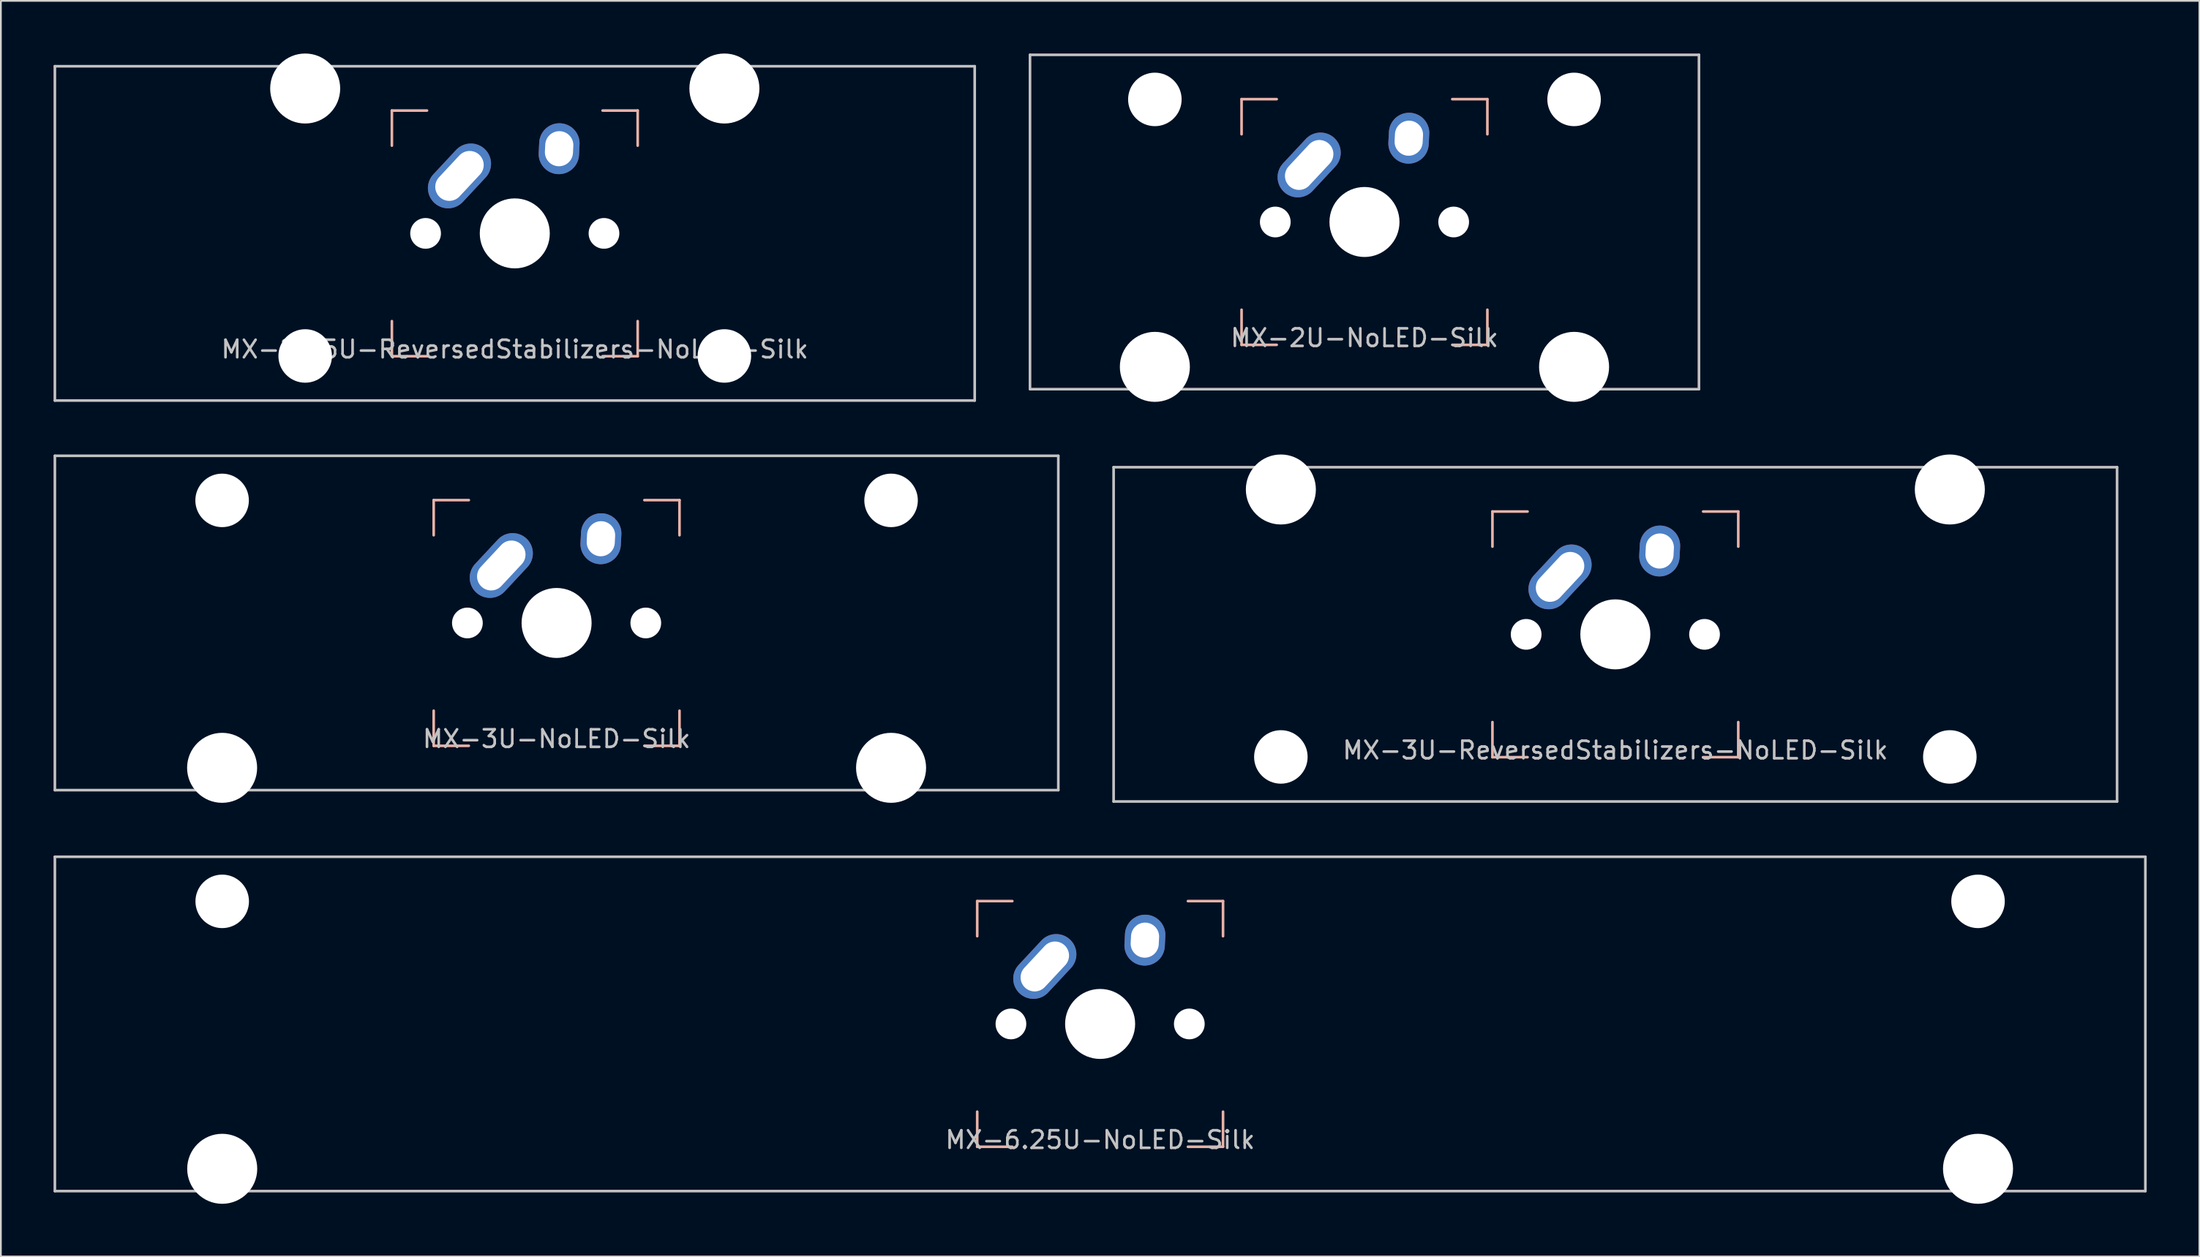
<source format=kicad_pcb>
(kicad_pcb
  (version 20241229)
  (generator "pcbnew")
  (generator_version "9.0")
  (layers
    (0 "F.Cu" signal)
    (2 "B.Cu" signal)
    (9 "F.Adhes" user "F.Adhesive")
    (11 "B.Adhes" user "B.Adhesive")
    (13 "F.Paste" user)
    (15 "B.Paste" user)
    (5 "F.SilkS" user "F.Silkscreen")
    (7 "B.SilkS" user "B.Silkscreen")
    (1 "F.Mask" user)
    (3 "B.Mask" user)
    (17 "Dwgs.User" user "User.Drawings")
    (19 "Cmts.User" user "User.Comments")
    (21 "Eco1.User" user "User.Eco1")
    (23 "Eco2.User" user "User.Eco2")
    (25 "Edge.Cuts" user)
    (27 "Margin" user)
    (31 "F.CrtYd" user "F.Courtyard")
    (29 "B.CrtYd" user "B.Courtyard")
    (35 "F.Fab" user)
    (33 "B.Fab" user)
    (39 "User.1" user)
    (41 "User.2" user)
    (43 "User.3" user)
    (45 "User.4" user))
  (footprint "MX-6.25U-NoLED-Silk"
    (layer "F.Cu")
    (at 59.606 55.298)
    (property "Reference" "MX-6.25U-NoLED-Silk" (at 0 6.604 0) (layer "Dwgs.User") (effects (font (size 1 1) (thickness 0.15))))
    (fp_line (start -7 -7) (end -7 -5) (stroke (width 0.15) (type solid)) (layer "B.SilkS"))
    (fp_line (start -7 5) (end -7 7) (stroke (width 0.15) (type solid)) (layer "B.SilkS"))
    (fp_line (start -7 7) (end -5 7) (stroke (width 0.15) (type solid)) (layer "B.SilkS"))
    (fp_line (start -5 -7) (end -7 -7) (stroke (width 0.15) (type solid)) (layer "B.SilkS"))
    (fp_line (start 5 -7) (end 7 -7) (stroke (width 0.15) (type solid)) (layer "B.SilkS"))
    (fp_line (start 5 7) (end 7 7) (stroke (width 0.15) (type solid)) (layer "B.SilkS"))
    (fp_line (start 7 -7) (end 7 -5) (stroke (width 0.15) (type solid)) (layer "B.SilkS"))
    (fp_line (start 7 7) (end 7 5) (stroke (width 0.15) (type solid)) (layer "B.SilkS"))
    (fp_line (start -59.531 -9.525) (end 59.531 -9.525) (stroke (width 0.15) (type solid)) (layer "Dwgs.User"))
    (fp_line (start -59.531 9.525) (end -59.531 -9.525) (stroke (width 0.15) (type solid)) (layer "Dwgs.User"))
    (fp_line (start -59.531 9.525) (end 59.531 9.525) (stroke (width 0.15) (type solid)) (layer "Dwgs.User"))
    (fp_line (start 59.531 -9.525) (end 59.531 9.525) (stroke (width 0.15) (type solid)) (layer "Dwgs.User"))
    (pad "" np_thru_hole circle (at -50 -6.985) (size 3.048 3.048) (drill 3.048) (layers "*.Cu" "*.Mask"))
    (pad "" np_thru_hole circle (at -50 8.255) (size 3.988 3.988) (drill 3.988) (layers "*.Cu" "*.Mask"))
    (pad "" np_thru_hole circle (at -5.08 0 48.1) (size 1.75 1.75) (drill 1.75) (layers "*.Cu" "*.Mask"))
    (pad "" np_thru_hole circle (at 0 0) (size 3.988 3.988) (drill 3.988) (layers "*.Cu" "*.Mask"))
    (pad "" np_thru_hole circle (at 5.08 0 48.1) (size 1.75 1.75) (drill 1.75) (layers "*.Cu" "*.Mask"))
    (pad "" np_thru_hole circle (at 50 -6.985) (size 3.048 3.048) (drill 3.048) (layers "*.Cu" "*.Mask"))
    (pad "" np_thru_hole circle (at 50 8.255) (size 3.988 3.988) (drill 3.988) (layers "*.Cu" "*.Mask"))
    (pad "1" thru_hole oval (at -3.15 -3.275 47) (size 4.2 2.3) (drill oval 3.3 1.6) (layers "*.Cu" "*.Mask"))
    (pad "2" thru_hole oval (at 2.55 -4.775 87) (size 2.9 2.3) (drill oval 2 1.6) (layers "*.Cu" "*.Mask")))
  (footprint "MX-3U-NoLED-Silk"
    (layer "F.Cu")
    (at 28.65 32.449)
    (property "Reference" "MX-3U-NoLED-Silk" (at 0 6.604 0) (layer "Dwgs.User") (effects (font (size 1 1) (thickness 0.15))))
    (fp_line (start -7 -7) (end -7 -5) (stroke (width 0.15) (type solid)) (layer "B.SilkS"))
    (fp_line (start -7 5) (end -7 7) (stroke (width 0.15) (type solid)) (layer "B.SilkS"))
    (fp_line (start -7 7) (end -5 7) (stroke (width 0.15) (type solid)) (layer "B.SilkS"))
    (fp_line (start -5 -7) (end -7 -7) (stroke (width 0.15) (type solid)) (layer "B.SilkS"))
    (fp_line (start 5 -7) (end 7 -7) (stroke (width 0.15) (type solid)) (layer "B.SilkS"))
    (fp_line (start 5 7) (end 7 7) (stroke (width 0.15) (type solid)) (layer "B.SilkS"))
    (fp_line (start 7 -7) (end 7 -5) (stroke (width 0.15) (type solid)) (layer "B.SilkS"))
    (fp_line (start 7 7) (end 7 5) (stroke (width 0.15) (type solid)) (layer "B.SilkS"))
    (fp_line (start -28.575 -9.525) (end 28.575 -9.525) (stroke (width 0.15) (type solid)) (layer "Dwgs.User"))
    (fp_line (start -28.575 9.525) (end -28.575 -9.525) (stroke (width 0.15) (type solid)) (layer "Dwgs.User"))
    (fp_line (start -28.575 9.525) (end 28.575 9.525) (stroke (width 0.15) (type solid)) (layer "Dwgs.User"))
    (fp_line (start 28.575 -9.525) (end 28.575 9.525) (stroke (width 0.15) (type solid)) (layer "Dwgs.User"))
    (pad "" np_thru_hole circle (at -19.05 -6.985) (size 3.048 3.048) (drill 3.048) (layers "*.Cu" "*.Mask"))
    (pad "" np_thru_hole circle (at -19.05 8.255) (size 3.988 3.988) (drill 3.988) (layers "*.Cu" "*.Mask"))
    (pad "" np_thru_hole circle (at -5.08 0 48.1) (size 1.75 1.75) (drill 1.75) (layers "*.Cu" "*.Mask"))
    (pad "" np_thru_hole circle (at 0 0) (size 3.988 3.988) (drill 3.988) (layers "*.Cu" "*.Mask"))
    (pad "" np_thru_hole circle (at 5.08 0 48.1) (size 1.75 1.75) (drill 1.75) (layers "*.Cu" "*.Mask"))
    (pad "" np_thru_hole circle (at 19.05 -6.985) (size 3.048 3.048) (drill 3.048) (layers "*.Cu" "*.Mask"))
    (pad "" np_thru_hole circle (at 19.05 8.255) (size 3.988 3.988) (drill 3.988) (layers "*.Cu" "*.Mask"))
    (pad "1" thru_hole oval (at -3.15 -3.275 47) (size 4.2 2.3) (drill oval 3.3 1.6) (layers "*.Cu" "*.Mask"))
    (pad "2" thru_hole oval (at 2.525 -4.8 87) (size 2.9 2.3) (drill oval 2 1.6) (layers "*.Cu" "*.Mask")))
  (footprint "MX-2.75U-ReversedStabilizers-NoLED-Silk"
    (layer "F.Cu")
    (at 26.269 10.249)
    (property "Reference" "MX-2.75U-ReversedStabilizers-NoLED-Silk" (at 0 6.604 0) (layer "Dwgs.User") (effects (font (size 1 1) (thickness 0.15))))
    (fp_line (start -7 -7) (end -7 -5) (stroke (width 0.15) (type solid)) (layer "B.SilkS"))
    (fp_line (start -7 5) (end -7 7) (stroke (width 0.15) (type solid)) (layer "B.SilkS"))
    (fp_line (start -7 7) (end -5 7) (stroke (width 0.15) (type solid)) (layer "B.SilkS"))
    (fp_line (start -5 -7) (end -7 -7) (stroke (width 0.15) (type solid)) (layer "B.SilkS"))
    (fp_line (start 5 -7) (end 7 -7) (stroke (width 0.15) (type solid)) (layer "B.SilkS"))
    (fp_line (start 5 7) (end 7 7) (stroke (width 0.15) (type solid)) (layer "B.SilkS"))
    (fp_line (start 7 -7) (end 7 -5) (stroke (width 0.15) (type solid)) (layer "B.SilkS"))
    (fp_line (start 7 7) (end 7 5) (stroke (width 0.15) (type solid)) (layer "B.SilkS"))
    (fp_line (start -26.194 -9.525) (end 26.194 -9.525) (stroke (width 0.15) (type solid)) (layer "Dwgs.User"))
    (fp_line (start -26.194 9.525) (end -26.194 -9.525) (stroke (width 0.15) (type solid)) (layer "Dwgs.User"))
    (fp_line (start -26.194 9.525) (end 26.194 9.525) (stroke (width 0.15) (type solid)) (layer "Dwgs.User"))
    (fp_line (start 26.194 -9.525) (end 26.194 9.525) (stroke (width 0.15) (type solid)) (layer "Dwgs.User"))
    (pad "" np_thru_hole circle (at -11.938 -8.255) (size 3.988 3.988) (drill 3.988) (layers "*.Cu" "*.Mask"))
    (pad "" np_thru_hole circle (at -11.938 6.985) (size 3.048 3.048) (drill 3.048) (layers "*.Cu" "*.Mask"))
    (pad "" np_thru_hole circle (at -5.08 0 48.1) (size 1.75 1.75) (drill 1.75) (layers "*.Cu" "*.Mask"))
    (pad "" np_thru_hole circle (at 0 0) (size 3.988 3.988) (drill 3.988) (layers "*.Cu" "*.Mask"))
    (pad "" np_thru_hole circle (at 5.08 0 48.1) (size 1.75 1.75) (drill 1.75) (layers "*.Cu" "*.Mask"))
    (pad "" np_thru_hole circle (at 11.938 -8.255) (size 3.988 3.988) (drill 3.988) (layers "*.Cu" "*.Mask"))
    (pad "" np_thru_hole circle (at 11.938 6.985) (size 3.048 3.048) (drill 3.048) (layers "*.Cu" "*.Mask"))
    (pad "1" thru_hole oval (at -3.15 -3.275 47) (size 4.2 2.3) (drill oval 3.3 1.6) (layers "*.Cu" "*.Mask"))
    (pad "2" thru_hole oval (at 2.525 -4.825 87) (size 2.9 2.3) (drill oval 2 1.6) (layers "*.Cu" "*.Mask")))
  (footprint "MX-2U-NoLED-Silk"
    (layer "F.Cu")
    (at 74.662 9.6)
    (property "Reference" "MX-2U-NoLED-Silk" (at 0 6.604 0) (layer "Dwgs.User") (effects (font (size 1 1) (thickness 0.15))))
    (fp_line (start -7 -7) (end -7 -5) (stroke (width 0.15) (type solid)) (layer "B.SilkS"))
    (fp_line (start -7 5) (end -7 7) (stroke (width 0.15) (type solid)) (layer "B.SilkS"))
    (fp_line (start -7 7) (end -5 7) (stroke (width 0.15) (type solid)) (layer "B.SilkS"))
    (fp_line (start -5 -7) (end -7 -7) (stroke (width 0.15) (type solid)) (layer "B.SilkS"))
    (fp_line (start 5 -7) (end 7 -7) (stroke (width 0.15) (type solid)) (layer "B.SilkS"))
    (fp_line (start 5 7) (end 7 7) (stroke (width 0.15) (type solid)) (layer "B.SilkS"))
    (fp_line (start 7 -7) (end 7 -5) (stroke (width 0.15) (type solid)) (layer "B.SilkS"))
    (fp_line (start 7 7) (end 7 5) (stroke (width 0.15) (type solid)) (layer "B.SilkS"))
    (fp_line (start -19.05 -9.525) (end 19.05 -9.525) (stroke (width 0.15) (type solid)) (layer "Dwgs.User"))
    (fp_line (start -19.05 9.525) (end -19.05 -9.525) (stroke (width 0.15) (type solid)) (layer "Dwgs.User"))
    (fp_line (start -19.05 9.525) (end 19.05 9.525) (stroke (width 0.15) (type solid)) (layer "Dwgs.User"))
    (fp_line (start 19.05 -9.525) (end 19.05 9.525) (stroke (width 0.15) (type solid)) (layer "Dwgs.User"))
    (pad "" np_thru_hole circle (at -11.938 -6.985) (size 3.048 3.048) (drill 3.048) (layers "*.Cu" "*.Mask"))
    (pad "" np_thru_hole circle (at -11.938 8.255) (size 3.988 3.988) (drill 3.988) (layers "*.Cu" "*.Mask"))
    (pad "" np_thru_hole circle (at -5.08 0 48.1) (size 1.75 1.75) (drill 1.75) (layers "*.Cu" "*.Mask"))
    (pad "" np_thru_hole circle (at 0 0) (size 3.988 3.988) (drill 3.988) (layers "*.Cu" "*.Mask"))
    (pad "" np_thru_hole circle (at 5.08 0 48.1) (size 1.75 1.75) (drill 1.75) (layers "*.Cu" "*.Mask"))
    (pad "" np_thru_hole circle (at 11.938 -6.985) (size 3.048 3.048) (drill 3.048) (layers "*.Cu" "*.Mask"))
    (pad "" np_thru_hole circle (at 11.938 8.255) (size 3.988 3.988) (drill 3.988) (layers "*.Cu" "*.Mask"))
    (pad "1" thru_hole oval (at -3.15 -3.25 47) (size 4.2 2.3) (drill oval 3.3 1.6) (layers "*.Cu" "*.Mask"))
    (pad "2" thru_hole oval (at 2.525 -4.775 87) (size 2.9 2.3) (drill oval 2 1.6) (layers "*.Cu" "*.Mask")))
  (footprint "MX-3U-ReversedStabilizers-NoLED-Silk"
    (layer "F.Cu")
    (at 88.95 33.098)
    (property "Reference" "MX-3U-ReversedStabilizers-NoLED-Silk" (at 0 6.604 0) (layer "Dwgs.User") (effects (font (size 1 1) (thickness 0.15))))
    (fp_line (start -7 -7) (end -7 -5) (stroke (width 0.15) (type solid)) (layer "B.SilkS"))
    (fp_line (start -7 5) (end -7 7) (stroke (width 0.15) (type solid)) (layer "B.SilkS"))
    (fp_line (start -7 7) (end -5 7) (stroke (width 0.15) (type solid)) (layer "B.SilkS"))
    (fp_line (start -5 -7) (end -7 -7) (stroke (width 0.15) (type solid)) (layer "B.SilkS"))
    (fp_line (start 5 -7) (end 7 -7) (stroke (width 0.15) (type solid)) (layer "B.SilkS"))
    (fp_line (start 5 7) (end 7 7) (stroke (width 0.15) (type solid)) (layer "B.SilkS"))
    (fp_line (start 7 -7) (end 7 -5) (stroke (width 0.15) (type solid)) (layer "B.SilkS"))
    (fp_line (start 7 7) (end 7 5) (stroke (width 0.15) (type solid)) (layer "B.SilkS"))
    (fp_line (start -28.575 -9.525) (end 28.575 -9.525) (stroke (width 0.15) (type solid)) (layer "Dwgs.User"))
    (fp_line (start -28.575 9.525) (end -28.575 -9.525) (stroke (width 0.15) (type solid)) (layer "Dwgs.User"))
    (fp_line (start -28.575 9.525) (end 28.575 9.525) (stroke (width 0.15) (type solid)) (layer "Dwgs.User"))
    (fp_line (start 28.575 -9.525) (end 28.575 9.525) (stroke (width 0.15) (type solid)) (layer "Dwgs.User"))
    (pad "" np_thru_hole circle (at -19.05 -8.255) (size 3.988 3.988) (drill 3.988) (layers "*.Cu" "*.Mask"))
    (pad "" np_thru_hole circle (at -19.05 6.985) (size 3.048 3.048) (drill 3.048) (layers "*.Cu" "*.Mask"))
    (pad "" np_thru_hole circle (at -5.08 0 48.1) (size 1.75 1.75) (drill 1.75) (layers "*.Cu" "*.Mask"))
    (pad "" np_thru_hole circle (at 0 0) (size 3.988 3.988) (drill 3.988) (layers "*.Cu" "*.Mask"))
    (pad "" np_thru_hole circle (at 5.08 0 48.1) (size 1.75 1.75) (drill 1.75) (layers "*.Cu" "*.Mask"))
    (pad "" np_thru_hole circle (at 19.05 -8.255) (size 3.988 3.988) (drill 3.988) (layers "*.Cu" "*.Mask"))
    (pad "" np_thru_hole circle (at 19.05 6.985) (size 3.048 3.048) (drill 3.048) (layers "*.Cu" "*.Mask"))
    (pad "1" thru_hole oval (at -3.15 -3.275 47) (size 4.2 2.3) (drill oval 3.3 1.6) (layers "*.Cu" "*.Mask"))
    (pad "2" thru_hole oval (at 2.525 -4.75 87) (size 2.9 2.3) (drill oval 2 1.6) (layers "*.Cu" "*.Mask")))
  (gr_rect
    (start -3 -3)
    (end 122.213 68.547)
    (stroke (width 0.1) (type default))
    (fill no)
    (layer "Edge.Cuts")))
</source>
